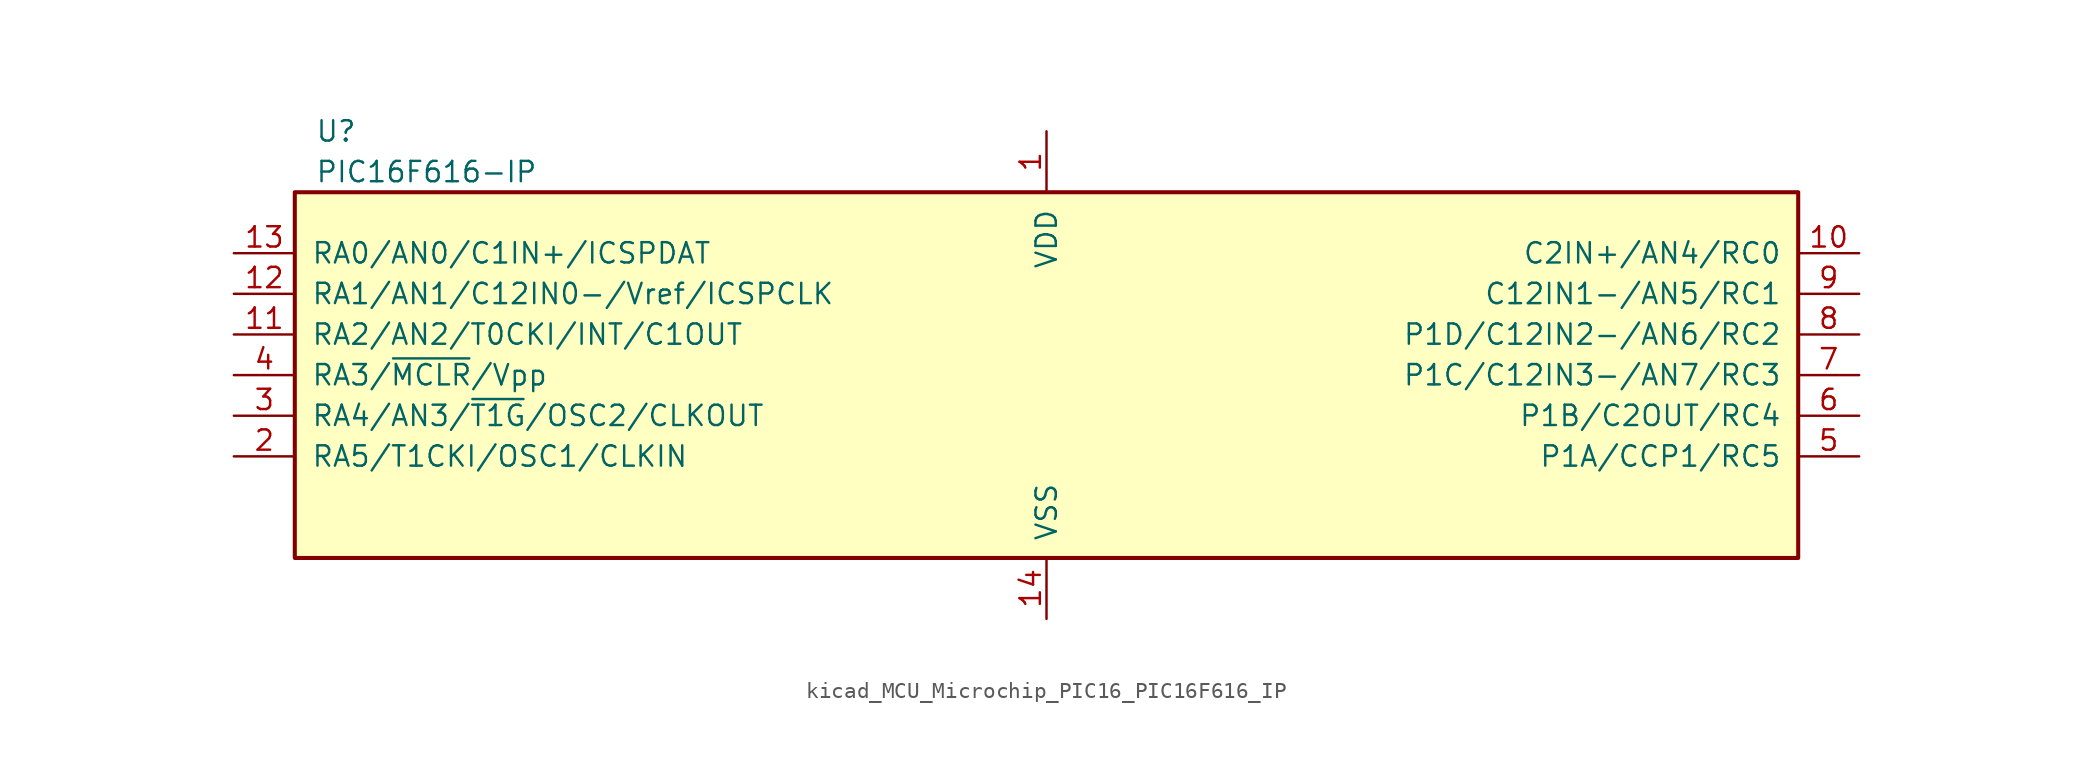
<source format=kicad_sym>
(kicad_symbol_lib
  (version 20220914)
  (generator kicad_symbol_editor)
  (symbol "kicad_MCU_Microchip_PIC16_PIC16F616_IP"
    (pin_names
      (offset 1.016))
    (property "Reference" "U"
      (at -45.72 15.24 0)
      (effects (font (size 1.27 1.27)) (justify left)))
    (property "Value" "PIC16F616-IP"
      (at -45.72 12.7 0)
      (effects (font (size 1.27 1.27)) (justify left)))
    (symbol "kicad_MCU_Microchip_PIC16_PIC16F616_IP_0_1"
      (rectangle (start -46.99 11.43) (end 46.99 -11.43) (stroke (width 0.254) (type default)) (fill (type background))))
    (symbol "kicad_MCU_Microchip_PIC16_PIC16F616_IP_1_1"
      (pin power_in line (at 0 15.24 270) (length 3.81) (name "VDD" (effects (font (size 1.27 1.27)))) (number "1" (effects (font (size 1.27 1.27)))))
      (pin bidirectional line (at 50.8 7.62 180) (length 3.81) (name "C2IN+/AN4/RC0" (effects (font (size 1.27 1.27)))) (number "10" (effects (font (size 1.27 1.27)))))
      (pin bidirectional line (at -50.8 2.54 0) (length 3.81) (name "RA2/AN2/T0CKI/INT/C1OUT" (effects (font (size 1.27 1.27)))) (number "11" (effects (font (size 1.27 1.27)))))
      (pin bidirectional line (at -50.8 5.08 0) (length 3.81) (name "RA1/AN1/C12IN0-/Vref/ICSPCLK" (effects (font (size 1.27 1.27)))) (number "12" (effects (font (size 1.27 1.27)))))
      (pin bidirectional line (at -50.8 7.62 0) (length 3.81) (name "RA0/AN0/C1IN+/ICSPDAT" (effects (font (size 1.27 1.27)))) (number "13" (effects (font (size 1.27 1.27)))))
      (pin power_in line (at 0 -15.24 90) (length 3.81) (name "VSS" (effects (font (size 1.27 1.27)))) (number "14" (effects (font (size 1.27 1.27)))))
      (pin bidirectional line (at -50.8 -5.08 0) (length 3.81) (name "RA5/T1CKI/OSC1/CLKIN" (effects (font (size 1.27 1.27)))) (number "2" (effects (font (size 1.27 1.27)))))
      (pin bidirectional line (at -50.8 -2.54 0) (length 3.81) (name "RA4/AN3/~{T1G}/OSC2/CLKOUT" (effects (font (size 1.27 1.27)))) (number "3" (effects (font (size 1.27 1.27)))))
      (pin input line (at -50.8 0 0) (length 3.81) (name "RA3/~{MCLR}/Vpp" (effects (font (size 1.27 1.27)))) (number "4" (effects (font (size 1.27 1.27)))))
      (pin bidirectional line (at 50.8 -5.08 180) (length 3.81) (name "P1A/CCP1/RC5" (effects (font (size 1.27 1.27)))) (number "5" (effects (font (size 1.27 1.27)))))
      (pin bidirectional line (at 50.8 -2.54 180) (length 3.81) (name "P1B/C2OUT/RC4" (effects (font (size 1.27 1.27)))) (number "6" (effects (font (size 1.27 1.27)))))
      (pin bidirectional line (at 50.8 0 180) (length 3.81) (name "P1C/C12IN3-/AN7/RC3" (effects (font (size 1.27 1.27)))) (number "7" (effects (font (size 1.27 1.27)))))
      (pin bidirectional line (at 50.8 2.54 180) (length 3.81) (name "P1D/C12IN2-/AN6/RC2" (effects (font (size 1.27 1.27)))) (number "8" (effects (font (size 1.27 1.27)))))
      (pin bidirectional line (at 50.8 5.08 180) (length 3.81) (name "C12IN1-/AN5/RC1" (effects (font (size 1.27 1.27)))) (number "9" (effects (font (size 1.27 1.27))))))))
</source>
